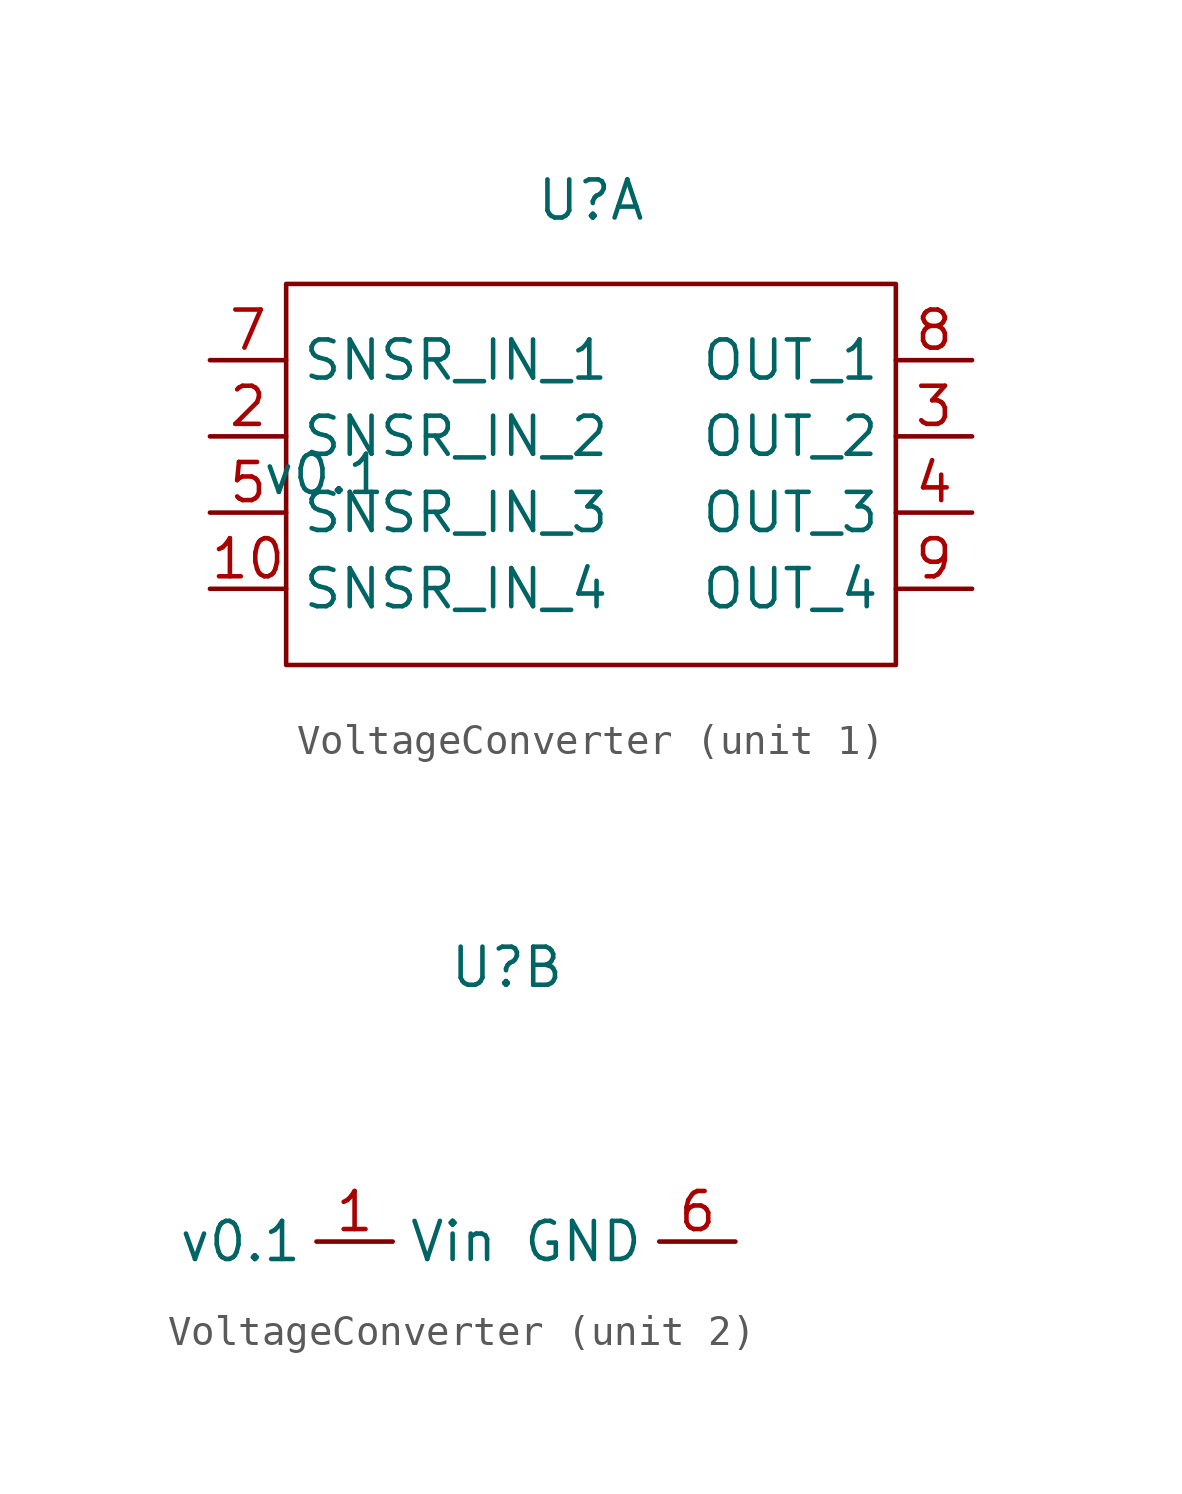
<source format=kicad_sym>
(kicad_symbol_lib
  (version 20231120)
  (generator "kicad_symbol_editor")
  (generator_version "8.0")
  (symbol "VoltageConverter"
    (property "Reference" "U"
      (at 0 9.144 0)
      (effects (font (size 1.27 1.27))))
    (property "Value" "v0.1"
      (at -8.89 0 0)
      (effects (font (size 1.27 1.27))))
    (property "ki_locked" ""
      (at 0 0 0)
      (effects (font (size 1.27 1.27))))
    (symbol "VoltageConverter_1_1"
      (rectangle (start -10.16 6.35) (end 10.16 -6.35) (stroke (width 0) (type default)) (fill (type none)))
      (pin input line (at -12.7 -3.81 0) (length 2.54) (name "SNSR_IN_4" (effects (font (size 1.27 1.27)))) (number "10" (effects (font (size 1.27 1.27)))))
      (pin input line (at -12.7 1.27 0) (length 2.54) (name "SNSR_IN_2" (effects (font (size 1.27 1.27)))) (number "2" (effects (font (size 1.27 1.27)))))
      (pin output line (at 12.7 1.27 180) (length 2.54) (name "OUT_2" (effects (font (size 1.27 1.27)))) (number "3" (effects (font (size 1.27 1.27)))))
      (pin output line (at 12.7 -1.27 180) (length 2.54) (name "OUT_3" (effects (font (size 1.27 1.27)))) (number "4" (effects (font (size 1.27 1.27)))))
      (pin input line (at -12.7 -1.27 0) (length 2.54) (name "SNSR_IN_3" (effects (font (size 1.27 1.27)))) (number "5" (effects (font (size 1.27 1.27)))))
      (pin input line (at -12.7 3.81 0) (length 2.54) (name "SNSR_IN_1" (effects (font (size 1.27 1.27)))) (number "7" (effects (font (size 1.27 1.27)))))
      (pin output line (at 12.7 3.81 180) (length 2.54) (name "OUT_1" (effects (font (size 1.27 1.27)))) (number "8" (effects (font (size 1.27 1.27)))))
      (pin output line (at 12.7 -3.81 180) (length 2.54) (name "OUT_4" (effects (font (size 1.27 1.27)))) (number "9" (effects (font (size 1.27 1.27))))))
    (symbol "VoltageConverter_2_1"
      (pin power_in line (at -6.35 0 0) (length 2.54) (name "Vin" (effects (font (size 1.27 1.27)))) (number "1" (effects (font (size 1.27 1.27)))))
      (pin power_in line (at 7.62 0 180) (length 2.54) (name "GND" (effects (font (size 1.27 1.27)))) (number "6" (effects (font (size 1.27 1.27))))))))
</source>
